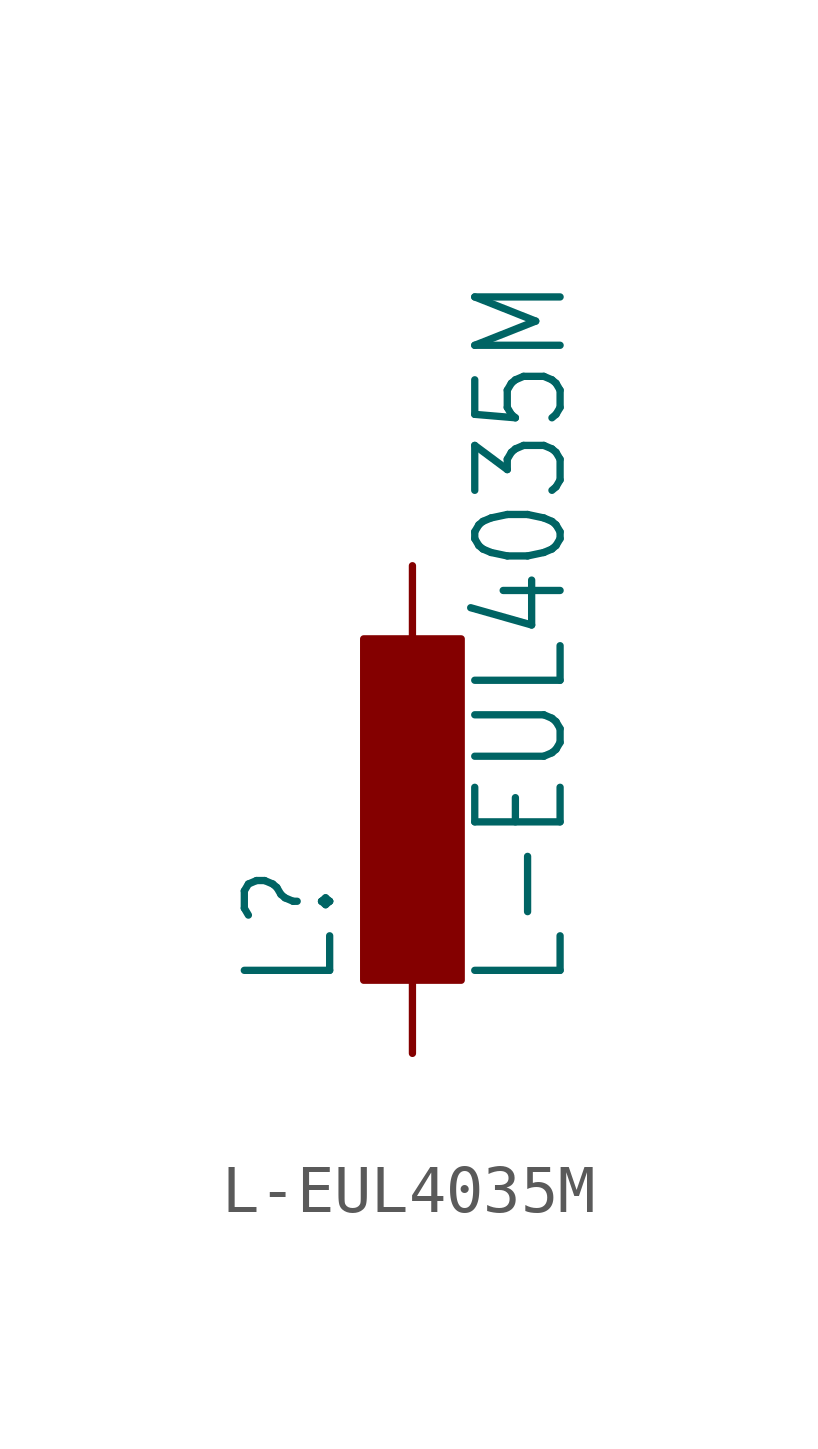
<source format=kicad_sym>
(kicad_symbol_lib
  (version 20211014)
  (generator kicad_symbol_editor)
  (symbol "L-EUL4035M"
    (property "Reference" "L"
      (at -1.499 -3.81 90)
      (effects (font (size 1.778 1.511)) (justify left bottom)))
    (property "Value" "L-EUL4035M"
      (at 3.302 -3.81 90)
      (effects (font (size 1.778 1.511)) (justify left bottom)))
    (property "ki_locked" ""
      (at 0 0 0)
      (effects (font (size 1.27 1.27))))
    (symbol "L-EUL4035M_1_0"
      (rectangle (start -1.016 -3.556) (end 1.016 3.556) (stroke (width 0) (type default) (color 0 0 0 0)) (fill (type outline)))
      (pin passive line (at 0 5.08 270) (length 2.54) (name "1" (effects (font (size 0 0)))) (number "1" (effects (font (size 0 0)))))
      (pin passive line (at 0 -5.08 90) (length 2.54) (name "2" (effects (font (size 0 0)))) (number "2" (effects (font (size 0 0))))))))
</source>
